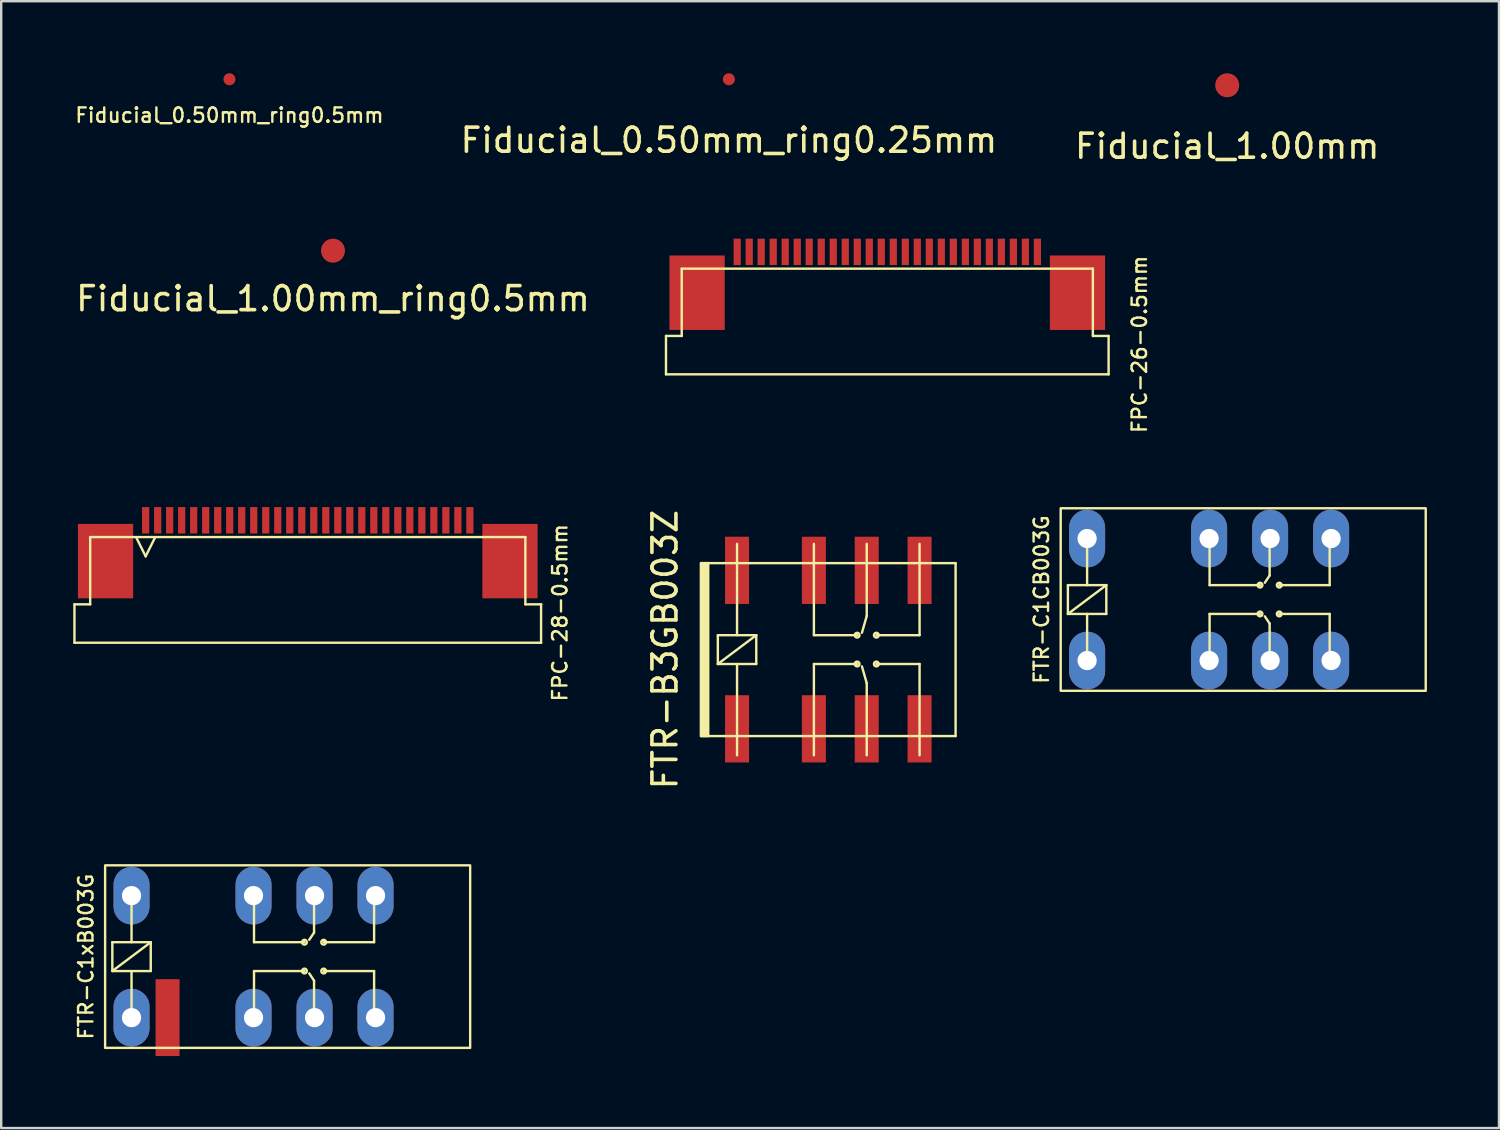
<source format=kicad_pcb>
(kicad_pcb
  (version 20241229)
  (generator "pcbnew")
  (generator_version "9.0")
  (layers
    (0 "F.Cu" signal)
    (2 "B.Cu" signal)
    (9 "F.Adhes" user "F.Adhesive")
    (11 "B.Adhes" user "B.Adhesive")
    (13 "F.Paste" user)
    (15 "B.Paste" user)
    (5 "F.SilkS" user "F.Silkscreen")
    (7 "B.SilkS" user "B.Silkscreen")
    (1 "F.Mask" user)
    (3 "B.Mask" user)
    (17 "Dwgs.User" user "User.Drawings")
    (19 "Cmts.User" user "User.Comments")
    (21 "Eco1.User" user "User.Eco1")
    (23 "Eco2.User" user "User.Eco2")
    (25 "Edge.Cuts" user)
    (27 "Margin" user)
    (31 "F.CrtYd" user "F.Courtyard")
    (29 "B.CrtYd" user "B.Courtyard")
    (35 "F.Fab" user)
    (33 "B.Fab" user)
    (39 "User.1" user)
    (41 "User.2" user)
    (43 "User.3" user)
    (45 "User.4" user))
  (footprint "Fiducial_0.50mm_ring0.5mm"
    (layer "F.Cu")
    (at 6.504 0.25)
    (property "Reference" "Fiducial_0.50mm_ring0.5mm" (at 0 1.5 0) (layer "F.SilkS") (effects (font (size 0.6 0.6) (thickness 0.1) (bold yes))))
    (attr exclude_from_bom)
    (pad "" smd circle (at 0 0) (size 0.5 0.5) (layers "F.Cu" "F.Mask")))
  (footprint "FTR-B3GB003Z"
    (layer "F.Cu")
    (at 31.44 23.998)
    (property "Reference" "FTR-B3GB003Z" (at -6.8 0 90) (layer "F.SilkS") (effects (font (size 1 1) (thickness 0.15))))
    (attr through_hole)
    (fp_line (start -5.3 -3.6) (end 5.3 -3.6) (stroke (width 0.1) (type solid)) (layer "F.SilkS"))
    (fp_line (start -5.3 3.6) (end -5.3 -3.6) (stroke (width 0.1) (type solid)) (layer "F.SilkS"))
    (fp_line (start -4.6 -0.6) (end -4.6 0.6) (stroke (width 0.1) (type solid)) (layer "F.SilkS"))
    (fp_line (start -4.6 0.6) (end -3 -0.6) (stroke (width 0.1) (type solid)) (layer "F.SilkS"))
    (fp_line (start -4.6 0.6) (end -3 0.6) (stroke (width 0.1) (type solid)) (layer "F.SilkS"))
    (fp_line (start -3.8 -4.4) (end -3.8 -0.6) (stroke (width 0.1) (type solid)) (layer "F.SilkS"))
    (fp_line (start -3.8 0.6) (end -3.8 4.4) (stroke (width 0.1) (type solid)) (layer "F.SilkS"))
    (fp_line (start -3 -0.6) (end -4.6 -0.6) (stroke (width 0.1) (type solid)) (layer "F.SilkS"))
    (fp_line (start -3 0.6) (end -3 -0.6) (stroke (width 0.1) (type solid)) (layer "F.SilkS"))
    (fp_line (start -0.6 -4.4) (end -0.6 -0.6) (stroke (width 0.1) (type solid)) (layer "F.SilkS"))
    (fp_line (start -0.6 -0.6) (end 1.2 -0.6) (stroke (width 0.1) (type solid)) (layer "F.SilkS"))
    (fp_line (start -0.6 0.6) (end -0.6 4.4) (stroke (width 0.1) (type solid)) (layer "F.SilkS"))
    (fp_line (start -0.6 0.6) (end 1.2 0.6) (stroke (width 0.1) (type solid)) (layer "F.SilkS"))
    (fp_line (start 1.6 -4.4) (end 1.6 -1.4) (stroke (width 0.1) (type solid)) (layer "F.SilkS"))
    (fp_line (start 1.6 -1.4) (end 1.4 -0.7) (stroke (width 0.1) (type solid)) (layer "F.SilkS"))
    (fp_line (start 1.6 1.4) (end 1.4 0.7) (stroke (width 0.1) (type solid)) (layer "F.SilkS"))
    (fp_line (start 1.6 1.4) (end 1.6 4.4) (stroke (width 0.1) (type solid)) (layer "F.SilkS"))
    (fp_line (start 2 -0.6) (end 3.8 -0.6) (stroke (width 0.1) (type solid)) (layer "F.SilkS"))
    (fp_line (start 2 0.6) (end 3.8 0.6) (stroke (width 0.1) (type solid)) (layer "F.SilkS"))
    (fp_line (start 3.8 -0.6) (end 3.8 -4.4) (stroke (width 0.1) (type solid)) (layer "F.SilkS"))
    (fp_line (start 3.8 0.6) (end 3.8 4.4) (stroke (width 0.1) (type solid)) (layer "F.SilkS"))
    (fp_line (start 5.3 -3.6) (end 5.3 3.6) (stroke (width 0.1) (type solid)) (layer "F.SilkS"))
    (fp_line (start 5.3 3.6) (end -5.3 3.6) (stroke (width 0.1) (type solid)) (layer "F.SilkS"))
    (fp_circle (center 1.2 -0.6) (end 1.3 -0.6) (stroke (width 0.1) (type solid)) (fill no) (layer "F.SilkS"))
    (fp_circle (center 1.2 0.6) (end 1.3 0.6) (stroke (width 0.1) (type solid)) (fill no) (layer "F.SilkS"))
    (fp_circle (center 2 -0.6) (end 2.1 -0.6) (stroke (width 0.1) (type solid)) (fill no) (layer "F.SilkS"))
    (fp_circle (center 2 0.6) (end 2.1 0.6) (stroke (width 0.1) (type solid)) (fill no) (layer "F.SilkS"))
    (fp_poly (pts (xy -5 3.6) (xy -5.3 3.6) (xy -5.3 -3.6) (xy -5 -3.6)) (stroke (width 0.1) (type solid)) (fill yes) (layer "F.SilkS"))
    (pad "1" smd rect (at -3.8 3.3) (size 1 2.8) (layers "F.Cu" "F.Mask" "F.Paste"))
    (pad "2" smd rect (at -0.6 3.3) (size 1 2.8) (layers "F.Cu" "F.Mask" "F.Paste"))
    (pad "3" smd rect (at 1.6 3.3) (size 1 2.8) (layers "F.Cu" "F.Mask" "F.Paste"))
    (pad "4" smd rect (at 3.8 3.3) (size 1 2.8) (layers "F.Cu" "F.Mask" "F.Paste"))
    (pad "5" smd rect (at 3.8 -3.3) (size 1 2.8) (layers "F.Cu" "F.Mask" "F.Paste"))
    (pad "6" smd rect (at 1.6 -3.3) (size 1 2.8) (layers "F.Cu" "F.Mask" "F.Paste"))
    (pad "7" smd rect (at -0.6 -3.3) (size 1 2.8) (layers "F.Cu" "F.Mask" "F.Paste"))
    (pad "8" smd rect (at -3.8 -3.3) (size 1 2.8) (layers "F.Cu" "F.Mask" "F.Paste")))
  (footprint "FPC-26-0.5mm"
    (layer "F.Cu")
    (at 33.896 8.788)
    (property "Reference" "FPC-26-0.5mm" (at 10.5 2.5 90) (layer "F.SilkS") (effects (font (size 0.6 0.6) (thickness 0.1))))
    (attr smd)
    (fp_line (start -9.215 2.15) (end -8.56 2.15) (stroke (width 0.1) (type solid)) (layer "F.SilkS"))
    (fp_line (start -9.215 3.75) (end -9.215 2.15) (stroke (width 0.1) (type solid)) (layer "F.SilkS"))
    (fp_line (start -8.56 -0.65) (end 8.56 -0.65) (stroke (width 0.1) (type solid)) (layer "F.SilkS"))
    (fp_line (start -8.56 2.15) (end -8.56 -0.65) (stroke (width 0.1) (type solid)) (layer "F.SilkS"))
    (fp_line (start 8.56 -0.65) (end 8.56 2.15) (stroke (width 0.1) (type solid)) (layer "F.SilkS"))
    (fp_line (start 8.56 2.15) (end 9.215 2.15) (stroke (width 0.1) (type solid)) (layer "F.SilkS"))
    (fp_line (start 9.215 2.15) (end 9.215 3.75) (stroke (width 0.1) (type solid)) (layer "F.SilkS"))
    (fp_line (start 9.215 3.75) (end -9.215 3.75) (stroke (width 0.1) (type solid)) (layer "F.SilkS"))
    (pad "" smd rect (at -7.92 0.35) (size 2.3 3.1) (layers "F.Cu" "F.Mask" "F.Paste"))
    (pad "" smd rect (at 7.92 0.35) (size 2.3 3.1) (layers "F.Cu" "F.Mask" "F.Paste"))
    (pad "1" smd rect (at 6.25 -1.35 180) (size 0.3 1.1) (layers "F.Cu" "F.Mask" "F.Paste"))
    (pad "2" smd rect (at 5.75 -1.35 180) (size 0.3 1.1) (layers "F.Cu" "F.Mask" "F.Paste"))
    (pad "3" smd rect (at 5.25 -1.35 180) (size 0.3 1.1) (layers "F.Cu" "F.Mask" "F.Paste"))
    (pad "4" smd rect (at 4.75 -1.35 180) (size 0.3 1.1) (layers "F.Cu" "F.Mask" "F.Paste"))
    (pad "5" smd rect (at 4.25 -1.35 180) (size 0.3 1.1) (layers "F.Cu" "F.Mask" "F.Paste"))
    (pad "6" smd rect (at 3.75 -1.35 180) (size 0.3 1.1) (layers "F.Cu" "F.Mask" "F.Paste"))
    (pad "7" smd rect (at 3.25 -1.35 180) (size 0.3 1.1) (layers "F.Cu" "F.Mask" "F.Paste"))
    (pad "8" smd rect (at 2.75 -1.35 180) (size 0.3 1.1) (layers "F.Cu" "F.Mask" "F.Paste"))
    (pad "9" smd rect (at 2.25 -1.35 180) (size 0.3 1.1) (layers "F.Cu" "F.Mask" "F.Paste"))
    (pad "10" smd rect (at 1.75 -1.35 180) (size 0.3 1.1) (layers "F.Cu" "F.Mask" "F.Paste"))
    (pad "11" smd rect (at 1.25 -1.35 180) (size 0.3 1.1) (layers "F.Cu" "F.Mask" "F.Paste"))
    (pad "12" smd rect (at 0.75 -1.35 180) (size 0.3 1.1) (layers "F.Cu" "F.Mask" "F.Paste"))
    (pad "13" smd rect (at 0.25 -1.35 180) (size 0.3 1.1) (layers "F.Cu" "F.Mask" "F.Paste"))
    (pad "14" smd rect (at -0.25 -1.35 180) (size 0.3 1.1) (layers "F.Cu" "F.Mask" "F.Paste"))
    (pad "15" smd rect (at -0.75 -1.35 180) (size 0.3 1.1) (layers "F.Cu" "F.Mask" "F.Paste"))
    (pad "16" smd rect (at -1.25 -1.35 180) (size 0.3 1.1) (layers "F.Cu" "F.Mask" "F.Paste"))
    (pad "17" smd rect (at -1.75 -1.35 180) (size 0.3 1.1) (layers "F.Cu" "F.Mask" "F.Paste"))
    (pad "18" smd rect (at -2.25 -1.35 180) (size 0.3 1.1) (layers "F.Cu" "F.Mask" "F.Paste"))
    (pad "19" smd rect (at -2.75 -1.35 180) (size 0.3 1.1) (layers "F.Cu" "F.Mask" "F.Paste"))
    (pad "20" smd rect (at -3.25 -1.35 180) (size 0.3 1.1) (layers "F.Cu" "F.Mask" "F.Paste"))
    (pad "21" smd rect (at -3.75 -1.35 180) (size 0.3 1.1) (layers "F.Cu" "F.Mask" "F.Paste"))
    (pad "22" smd rect (at -4.25 -1.35 180) (size 0.3 1.1) (layers "F.Cu" "F.Mask" "F.Paste"))
    (pad "23" smd rect (at -4.75 -1.35 180) (size 0.3 1.1) (layers "F.Cu" "F.Mask" "F.Paste"))
    (pad "24" smd rect (at -5.25 -1.35 180) (size 0.3 1.1) (layers "F.Cu" "F.Mask" "F.Paste"))
    (pad "25" smd rect (at -5.75 -1.35 180) (size 0.3 1.1) (layers "F.Cu" "F.Mask" "F.Paste"))
    (pad "26" smd rect (at -6.25 -1.35 180) (size 0.3 1.1) (layers "F.Cu" "F.Mask" "F.Paste")))
  (footprint "FPC-28-0.5mm"
    (layer "F.Cu")
    (at 9.765 19.964)
    (property "Reference" "FPC-28-0.5mm" (at 10.5 2.5 90) (layer "F.SilkS") (effects (font (size 0.6 0.6) (thickness 0.1))))
    (attr smd)
    (fp_line (start -9.715 2.15) (end -9.06 2.15) (stroke (width 0.1) (type solid)) (layer "F.SilkS"))
    (fp_line (start -9.715 3.75) (end -9.715 2.15) (stroke (width 0.1) (type solid)) (layer "F.SilkS"))
    (fp_line (start -9.06 -0.65) (end 9.06 -0.65) (stroke (width 0.1) (type solid)) (layer "F.SilkS"))
    (fp_line (start -9.06 2.15) (end -9.06 -0.65) (stroke (width 0.1) (type solid)) (layer "F.SilkS"))
    (fp_line (start -7.15 -0.65) (end -6.75 0.15) (stroke (width 0.1) (type solid)) (layer "F.SilkS"))
    (fp_line (start -6.75 0.15) (end -6.35 -0.65) (stroke (width 0.1) (type solid)) (layer "F.SilkS"))
    (fp_line (start 9.06 -0.65) (end 9.06 2.15) (stroke (width 0.1) (type solid)) (layer "F.SilkS"))
    (fp_line (start 9.06 2.15) (end 9.715 2.15) (stroke (width 0.1) (type solid)) (layer "F.SilkS"))
    (fp_line (start 9.715 2.15) (end 9.715 3.75) (stroke (width 0.1) (type solid)) (layer "F.SilkS"))
    (fp_line (start 9.715 3.75) (end -9.715 3.75) (stroke (width 0.1) (type solid)) (layer "F.SilkS"))
    (pad "" smd rect (at -8.42 0.35) (size 2.3 3.1) (layers "F.Cu" "F.Mask" "F.Paste"))
    (pad "" smd rect (at 8.42 0.35) (size 2.3 3.1) (layers "F.Cu" "F.Mask" "F.Paste"))
    (pad "1" smd rect (at 6.75 -1.35 180) (size 0.3 1.1) (layers "F.Cu" "F.Mask" "F.Paste"))
    (pad "2" smd rect (at 6.25 -1.35 180) (size 0.3 1.1) (layers "F.Cu" "F.Mask" "F.Paste"))
    (pad "3" smd rect (at 5.75 -1.35 180) (size 0.3 1.1) (layers "F.Cu" "F.Mask" "F.Paste"))
    (pad "4" smd rect (at 5.25 -1.35 180) (size 0.3 1.1) (layers "F.Cu" "F.Mask" "F.Paste"))
    (pad "5" smd rect (at 4.75 -1.35 180) (size 0.3 1.1) (layers "F.Cu" "F.Mask" "F.Paste"))
    (pad "6" smd rect (at 4.25 -1.35 180) (size 0.3 1.1) (layers "F.Cu" "F.Mask" "F.Paste"))
    (pad "7" smd rect (at 3.75 -1.35 180) (size 0.3 1.1) (layers "F.Cu" "F.Mask" "F.Paste"))
    (pad "8" smd rect (at 3.25 -1.35 180) (size 0.3 1.1) (layers "F.Cu" "F.Mask" "F.Paste"))
    (pad "9" smd rect (at 2.75 -1.35 180) (size 0.3 1.1) (layers "F.Cu" "F.Mask" "F.Paste"))
    (pad "10" smd rect (at 2.25 -1.35 180) (size 0.3 1.1) (layers "F.Cu" "F.Mask" "F.Paste"))
    (pad "11" smd rect (at 1.75 -1.35 180) (size 0.3 1.1) (layers "F.Cu" "F.Mask" "F.Paste"))
    (pad "12" smd rect (at 1.25 -1.35 180) (size 0.3 1.1) (layers "F.Cu" "F.Mask" "F.Paste"))
    (pad "13" smd rect (at 0.75 -1.35 180) (size 0.3 1.1) (layers "F.Cu" "F.Mask" "F.Paste"))
    (pad "14" smd rect (at 0.25 -1.35 180) (size 0.3 1.1) (layers "F.Cu" "F.Mask" "F.Paste"))
    (pad "15" smd rect (at -0.25 -1.35 180) (size 0.3 1.1) (layers "F.Cu" "F.Mask" "F.Paste"))
    (pad "16" smd rect (at -0.75 -1.35 180) (size 0.3 1.1) (layers "F.Cu" "F.Mask" "F.Paste"))
    (pad "17" smd rect (at -1.25 -1.35 180) (size 0.3 1.1) (layers "F.Cu" "F.Mask" "F.Paste"))
    (pad "18" smd rect (at -1.75 -1.35 180) (size 0.3 1.1) (layers "F.Cu" "F.Mask" "F.Paste"))
    (pad "19" smd rect (at -2.25 -1.35 180) (size 0.3 1.1) (layers "F.Cu" "F.Mask" "F.Paste"))
    (pad "20" smd rect (at -2.75 -1.35 180) (size 0.3 1.1) (layers "F.Cu" "F.Mask" "F.Paste"))
    (pad "21" smd rect (at -3.25 -1.35 180) (size 0.3 1.1) (layers "F.Cu" "F.Mask" "F.Paste"))
    (pad "22" smd rect (at -3.75 -1.35 180) (size 0.3 1.1) (layers "F.Cu" "F.Mask" "F.Paste"))
    (pad "23" smd rect (at -4.25 -1.35 180) (size 0.3 1.1) (layers "F.Cu" "F.Mask" "F.Paste"))
    (pad "24" smd rect (at -4.75 -1.35 180) (size 0.3 1.1) (layers "F.Cu" "F.Mask" "F.Paste"))
    (pad "25" smd rect (at -5.25 -1.35 180) (size 0.3 1.1) (layers "F.Cu" "F.Mask" "F.Paste"))
    (pad "26" smd rect (at -5.75 -1.35 180) (size 0.3 1.1) (layers "F.Cu" "F.Mask" "F.Paste"))
    (pad "27" smd rect (at -6.25 -1.35 180) (size 0.3 1.1) (layers "F.Cu" "F.Mask" "F.Paste"))
    (pad "28" smd rect (at -6.75 -1.35 180) (size 0.3 1.1) (layers "F.Cu" "F.Mask" "F.Paste")))
  (footprint "Fiducial_1.00mm"
    (layer "F.Cu")
    (at 48.05 0.5)
    (property "Reference" "Fiducial_1.00mm" (at 0 2.54 0) (layer "F.SilkS") (effects (font (size 1 1) (thickness 0.15))))
    (attr exclude_from_bom)
    (pad "" smd circle (at 0 0) (size 1 1) (layers "F.Cu" "F.Mask")))
  (footprint "FTR-C1xB003G"
    (layer "F.Cu")
    (at 8.927 36.783)
    (property "Reference" "FTR-C1xB003G" (at -8.4 0 90) (layer "F.SilkS") (effects (font (size 0.6 0.6) (thickness 0.1))))
    (attr through_hole)
    (fp_line (start -7.3 -0.6) (end -7.3 0.6) (stroke (width 0.1) (type solid)) (layer "F.SilkS"))
    (fp_line (start -7.3 0.6) (end -5.7 -0.6) (stroke (width 0.1) (type solid)) (layer "F.SilkS"))
    (fp_line (start -7.3 0.6) (end -5.7 0.6) (stroke (width 0.1) (type solid)) (layer "F.SilkS"))
    (fp_line (start -6.5 -2.5) (end -6.5 -0.6) (stroke (width 0.1) (type solid)) (layer "F.SilkS"))
    (fp_line (start -6.5 0.6) (end -6.5 2.6) (stroke (width 0.1) (type solid)) (layer "F.SilkS"))
    (fp_line (start -5.7 -0.6) (end -7.3 -0.6) (stroke (width 0.1) (type solid)) (layer "F.SilkS"))
    (fp_line (start -5.7 0.6) (end -5.7 -0.6) (stroke (width 0.1) (type solid)) (layer "F.SilkS"))
    (fp_line (start -1.4 -2.5) (end -1.4 -0.6) (stroke (width 0.1) (type solid)) (layer "F.SilkS"))
    (fp_line (start -1.4 -0.6) (end 0.7 -0.6) (stroke (width 0.1) (type solid)) (layer "F.SilkS"))
    (fp_line (start -1.4 0.6) (end -1.4 2.5) (stroke (width 0.1) (type solid)) (layer "F.SilkS"))
    (fp_line (start -1.4 0.6) (end 0.7 0.6) (stroke (width 0.1) (type solid)) (layer "F.SilkS"))
    (fp_line (start 1.1 -2.5) (end 1.1 -1) (stroke (width 0.1) (type solid)) (layer "F.SilkS"))
    (fp_line (start 1.1 -1) (end 0.9 -0.7) (stroke (width 0.1) (type solid)) (layer "F.SilkS"))
    (fp_line (start 1.1 1) (end 0.9 0.7) (stroke (width 0.1) (type solid)) (layer "F.SilkS"))
    (fp_line (start 1.1 1) (end 1.1 2.5) (stroke (width 0.1) (type solid)) (layer "F.SilkS"))
    (fp_line (start 1.5 -0.6) (end 3.6 -0.6) (stroke (width 0.1) (type solid)) (layer "F.SilkS"))
    (fp_line (start 1.5 0.6) (end 3.6 0.6) (stroke (width 0.1) (type solid)) (layer "F.SilkS"))
    (fp_line (start 3.6 -0.6) (end 3.6 -2.5) (stroke (width 0.1) (type solid)) (layer "F.SilkS"))
    (fp_line (start 3.6 0.6) (end 3.6 2.5) (stroke (width 0.1) (type solid)) (layer "F.SilkS"))
    (fp_rect (start -7.6 -3.8) (end 7.6 3.8) (stroke (width 0.1) (type solid)) (fill no) (layer "F.SilkS"))
    (fp_circle (center 0.7 -0.6) (end 0.8 -0.6) (stroke (width 0.1) (type solid)) (fill no) (layer "F.SilkS"))
    (fp_circle (center 0.7 0.6) (end 0.8 0.6) (stroke (width 0.1) (type solid)) (fill no) (layer "F.SilkS"))
    (fp_circle (center 1.5 -0.6) (end 1.6 -0.6) (stroke (width 0.1) (type solid)) (fill no) (layer "F.SilkS"))
    (fp_circle (center 1.5 0.6) (end 1.6 0.6) (stroke (width 0.1) (type solid)) (fill no) (layer "F.SilkS"))
    (pad "1" thru_hole oval (at -6.5 2.54) (size 1.5 2.4) (drill 0.8) (layers "*.Cu" "*.Mask"))
    (pad "2" smd rect (at -5 2.54) (size 1 3.2) (layers "F.Cu" "F.Mask" "F.Paste"))
    (pad "3" thru_hole oval (at -1.42 2.54) (size 1.5 2.4) (drill 0.8) (layers "*.Cu" "*.Mask"))
    (pad "4" thru_hole oval (at 1.12 2.54) (size 1.5 2.4) (drill 0.8) (layers "*.Cu" "*.Mask"))
    (pad "5" thru_hole oval (at 3.66 2.54) (size 1.5 2.4) (drill 0.8) (layers "*.Cu" "*.Mask"))
    (pad "8" thru_hole oval (at 3.66 -2.54) (size 1.5 2.4) (drill 0.8) (layers "*.Cu" "*.Mask"))
    (pad "9" thru_hole oval (at 1.12 -2.54) (size 1.5 2.4) (drill 0.8) (layers "*.Cu" "*.Mask"))
    (pad "10" thru_hole oval (at -1.42 -2.54) (size 1.5 2.4) (drill 0.8) (layers "*.Cu" "*.Mask"))
    (pad "12" thru_hole oval (at -6.5 -2.54) (size 1.5 2.4) (drill 0.8) (layers "*.Cu" "*.Mask")))
  (footprint "Fiducial_1.00mm_ring0.5mm"
    (layer "F.Cu")
    (at 10.815 7.388)
    (property "Reference" "Fiducial_1.00mm_ring0.5mm" (at 0 2 0) (layer "F.SilkS") (effects (font (size 1 1) (thickness 0.15))))
    (attr exclude_from_bom)
    (pad "" smd circle (at 0 0) (size 1 1) (layers "F.Cu" "F.Mask")))
  (footprint "FTR-C1CB003G"
    (layer "F.Cu")
    (at 48.716 21.914)
    (property "Reference" "FTR-C1CB003G" (at -8.4 0 90) (layer "F.SilkS") (effects (font (size 0.6 0.6) (thickness 0.1))))
    (attr through_hole)
    (fp_line (start -7.3 -0.6) (end -7.3 0.6) (stroke (width 0.1) (type solid)) (layer "F.SilkS"))
    (fp_line (start -7.3 0.6) (end -5.7 -0.6) (stroke (width 0.1) (type solid)) (layer "F.SilkS"))
    (fp_line (start -7.3 0.6) (end -5.7 0.6) (stroke (width 0.1) (type solid)) (layer "F.SilkS"))
    (fp_line (start -6.5 -2.5) (end -6.5 -0.6) (stroke (width 0.1) (type solid)) (layer "F.SilkS"))
    (fp_line (start -6.5 0.6) (end -6.5 2.6) (stroke (width 0.1) (type solid)) (layer "F.SilkS"))
    (fp_line (start -5.7 -0.6) (end -7.3 -0.6) (stroke (width 0.1) (type solid)) (layer "F.SilkS"))
    (fp_line (start -5.7 0.6) (end -5.7 -0.6) (stroke (width 0.1) (type solid)) (layer "F.SilkS"))
    (fp_line (start -1.4 -2.5) (end -1.4 -0.6) (stroke (width 0.1) (type solid)) (layer "F.SilkS"))
    (fp_line (start -1.4 -0.6) (end 0.7 -0.6) (stroke (width 0.1) (type solid)) (layer "F.SilkS"))
    (fp_line (start -1.4 0.6) (end -1.4 2.5) (stroke (width 0.1) (type solid)) (layer "F.SilkS"))
    (fp_line (start -1.4 0.6) (end 0.7 0.6) (stroke (width 0.1) (type solid)) (layer "F.SilkS"))
    (fp_line (start 1.1 -2.5) (end 1.1 -1) (stroke (width 0.1) (type solid)) (layer "F.SilkS"))
    (fp_line (start 1.1 -1) (end 0.9 -0.7) (stroke (width 0.1) (type solid)) (layer "F.SilkS"))
    (fp_line (start 1.1 1) (end 0.9 0.7) (stroke (width 0.1) (type solid)) (layer "F.SilkS"))
    (fp_line (start 1.1 1) (end 1.1 2.5) (stroke (width 0.1) (type solid)) (layer "F.SilkS"))
    (fp_line (start 1.5 -0.6) (end 3.6 -0.6) (stroke (width 0.1) (type solid)) (layer "F.SilkS"))
    (fp_line (start 1.5 0.6) (end 3.6 0.6) (stroke (width 0.1) (type solid)) (layer "F.SilkS"))
    (fp_line (start 3.6 -0.6) (end 3.6 -2.5) (stroke (width 0.1) (type solid)) (layer "F.SilkS"))
    (fp_line (start 3.6 0.6) (end 3.6 2.5) (stroke (width 0.1) (type solid)) (layer "F.SilkS"))
    (fp_rect (start -7.6 -3.8) (end 7.6 3.8) (stroke (width 0.1) (type solid)) (fill no) (layer "F.SilkS"))
    (fp_circle (center 0.7 -0.6) (end 0.8 -0.6) (stroke (width 0.1) (type solid)) (fill no) (layer "F.SilkS"))
    (fp_circle (center 0.7 0.6) (end 0.8 0.6) (stroke (width 0.1) (type solid)) (fill no) (layer "F.SilkS"))
    (fp_circle (center 1.5 -0.6) (end 1.6 -0.6) (stroke (width 0.1) (type solid)) (fill no) (layer "F.SilkS"))
    (fp_circle (center 1.5 0.6) (end 1.6 0.6) (stroke (width 0.1) (type solid)) (fill no) (layer "F.SilkS"))
    (pad "1" thru_hole oval (at -6.5 2.54) (size 1.5 2.4) (drill 0.8) (layers "*.Cu" "*.Mask"))
    (pad "3" thru_hole oval (at -1.42 2.54) (size 1.5 2.4) (drill 0.8) (layers "*.Cu" "*.Mask"))
    (pad "4" thru_hole oval (at 1.12 2.54) (size 1.5 2.4) (drill 0.8) (layers "*.Cu" "*.Mask"))
    (pad "5" thru_hole oval (at 3.66 2.54) (size 1.5 2.4) (drill 0.8) (layers "*.Cu" "*.Mask"))
    (pad "8" thru_hole oval (at 3.66 -2.54) (size 1.5 2.4) (drill 0.8) (layers "*.Cu" "*.Mask"))
    (pad "9" thru_hole oval (at 1.12 -2.54) (size 1.5 2.4) (drill 0.8) (layers "*.Cu" "*.Mask"))
    (pad "10" thru_hole oval (at -1.42 -2.54) (size 1.5 2.4) (drill 0.8) (layers "*.Cu" "*.Mask"))
    (pad "12" thru_hole oval (at -6.5 -2.54) (size 1.5 2.4) (drill 0.8) (layers "*.Cu" "*.Mask")))
  (footprint "Fiducial_0.50mm_ring0.25mm"
    (layer "F.Cu")
    (at 27.3 0.25)
    (property "Reference" "Fiducial_0.50mm_ring0.25mm" (at 0 2.54 0) (layer "F.SilkS") (effects (font (size 1 1) (thickness 0.15))))
    (attr exclude_from_bom)
    (pad "" smd circle (at 0 0) (size 0.5 0.5) (layers "F.Cu" "F.Mask")))
  (gr_rect
    (start -3 -3)
    (end 59.366 43.923)
    (stroke (width 0.1) (type default))
    (fill no)
    (layer "Edge.Cuts")))
</source>
